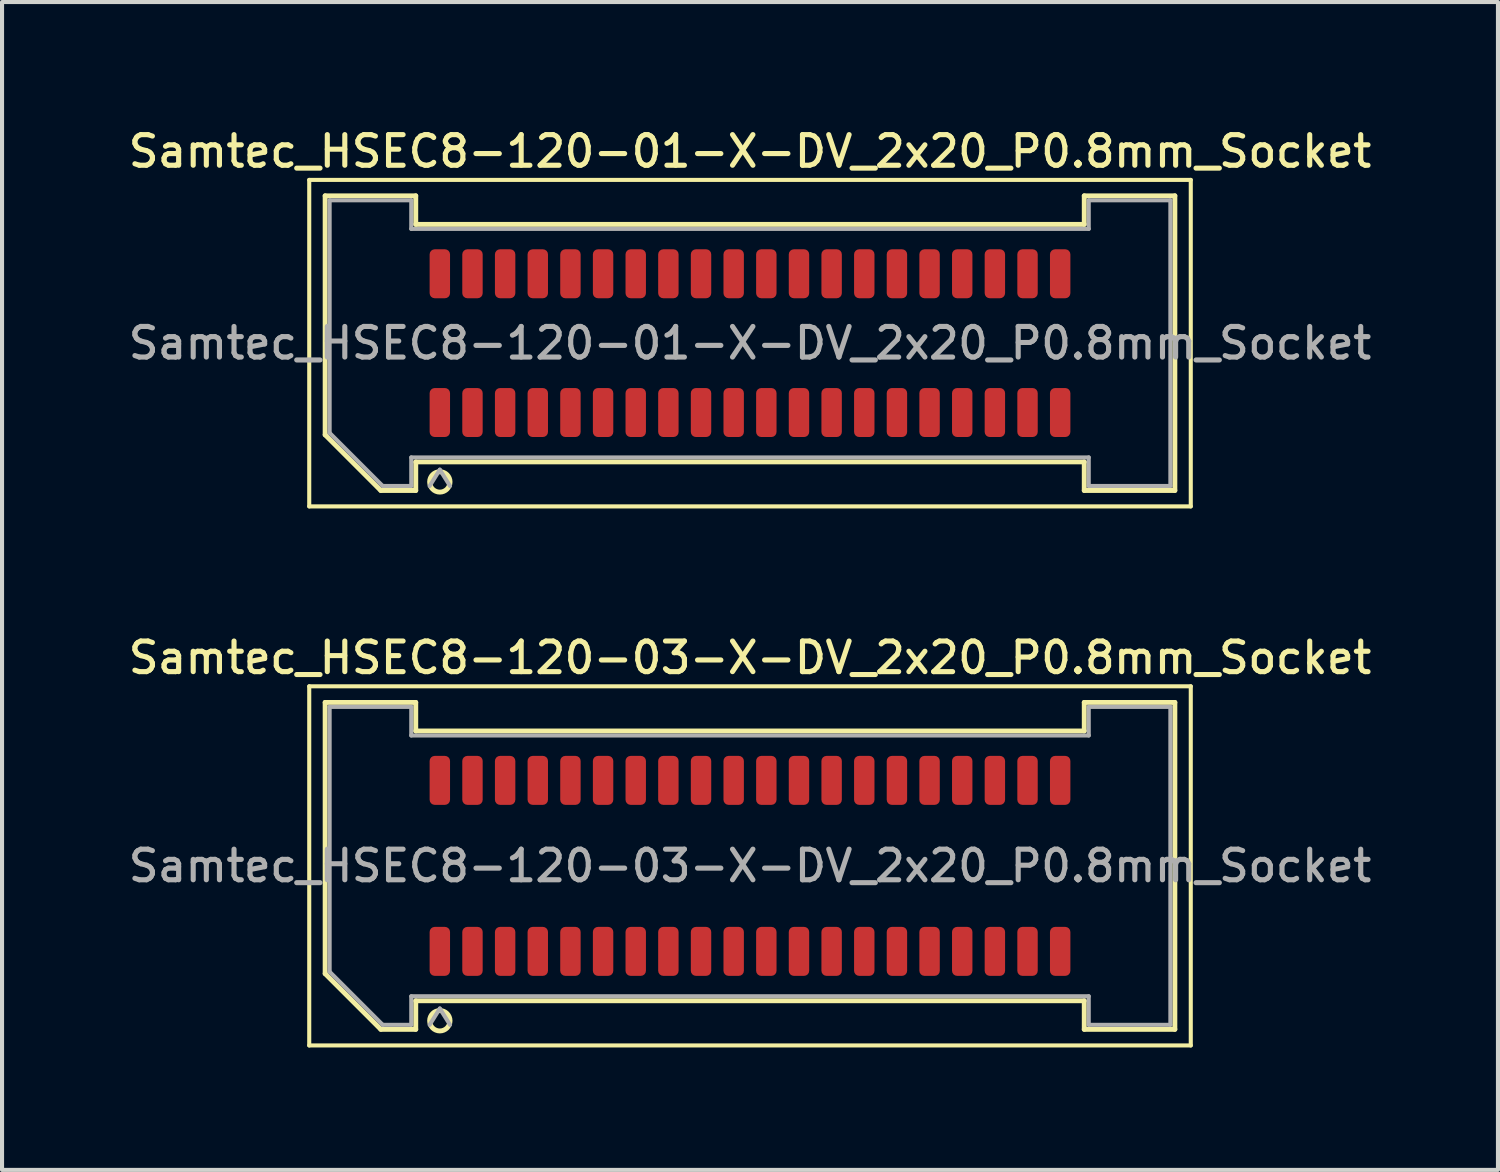
<source format=kicad_pcb>
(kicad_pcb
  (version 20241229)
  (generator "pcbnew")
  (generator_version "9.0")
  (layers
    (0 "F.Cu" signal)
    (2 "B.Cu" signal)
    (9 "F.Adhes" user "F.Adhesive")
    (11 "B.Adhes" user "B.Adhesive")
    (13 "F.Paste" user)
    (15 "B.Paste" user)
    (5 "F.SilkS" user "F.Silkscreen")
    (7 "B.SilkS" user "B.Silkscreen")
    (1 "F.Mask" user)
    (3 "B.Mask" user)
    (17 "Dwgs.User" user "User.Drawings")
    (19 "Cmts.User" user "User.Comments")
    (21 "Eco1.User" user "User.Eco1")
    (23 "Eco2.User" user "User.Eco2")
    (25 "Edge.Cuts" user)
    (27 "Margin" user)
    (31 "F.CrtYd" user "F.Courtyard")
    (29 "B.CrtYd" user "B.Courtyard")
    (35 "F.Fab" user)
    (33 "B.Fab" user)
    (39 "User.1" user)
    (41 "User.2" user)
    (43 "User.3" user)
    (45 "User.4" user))
  (footprint "Samtec_HSEC8-120-03-X-DV_2x20_P0.8mm_Socket"
    (layer "F.Cu")
    (at 15.327 18.166)
    (property "Reference" "Samtec_HSEC8-120-03-X-DV_2x20_P0.8mm_Socket" (at 0 -5.1 0) (layer "F.SilkS") (effects (font (size 0.75 0.75) (thickness 0.125))))
    (attr smd)
    (fp_line (start -10.8 -4.4) (end -10.8 4.4) (stroke (width 0.1) (type solid)) (layer "F.SilkS"))
    (fp_line (start -10.8 4.4) (end 10.8 4.4) (stroke (width 0.1) (type solid)) (layer "F.SilkS"))
    (fp_line (start -10.41 -4.005) (end -8.19 -4.005) (stroke (width 0.12) (type solid)) (layer "F.SilkS"))
    (fp_line (start -10.41 2.641) (end -10.41 -4.005) (stroke (width 0.12) (type solid)) (layer "F.SilkS"))
    (fp_line (start -9.046 4.005) (end -10.41 2.641) (stroke (width 0.12) (type solid)) (layer "F.SilkS"))
    (fp_line (start -8.19 -4.005) (end -8.19 -3.305) (stroke (width 0.12) (type solid)) (layer "F.SilkS"))
    (fp_line (start -8.19 -3.305) (end 8.19 -3.305) (stroke (width 0.12) (type solid)) (layer "F.SilkS"))
    (fp_line (start -8.19 3.305) (end -8.19 4.005) (stroke (width 0.12) (type solid)) (layer "F.SilkS"))
    (fp_line (start -8.19 4.005) (end -9.046 4.005) (stroke (width 0.12) (type solid)) (layer "F.SilkS"))
    (fp_line (start 8.19 -4.005) (end 10.41 -4.005) (stroke (width 0.12) (type solid)) (layer "F.SilkS"))
    (fp_line (start 8.19 -3.305) (end 8.19 -4.005) (stroke (width 0.12) (type solid)) (layer "F.SilkS"))
    (fp_line (start 8.19 3.305) (end -8.19 3.305) (stroke (width 0.12) (type solid)) (layer "F.SilkS"))
    (fp_line (start 8.19 4.005) (end 8.19 3.305) (stroke (width 0.12) (type solid)) (layer "F.SilkS"))
    (fp_line (start 10.41 -4.005) (end 10.41 4.005) (stroke (width 0.12) (type solid)) (layer "F.SilkS"))
    (fp_line (start 10.41 4.005) (end 8.19 4.005) (stroke (width 0.12) (type solid)) (layer "F.SilkS"))
    (fp_line (start 10.8 -4.4) (end -10.8 -4.4) (stroke (width 0.1) (type solid)) (layer "F.SilkS"))
    (fp_line (start 10.8 4.4) (end 10.8 -4.4) (stroke (width 0.1) (type solid)) (layer "F.SilkS"))
    (fp_arc (start -7.35 3.795) (mid -7.85 3.795) (end -7.35 3.795) (stroke (width 0.12) (type solid)) (layer "F.SilkS"))
    (fp_line (start -10.3 -3.895) (end -8.3 -3.895) (stroke (width 0.1) (type solid)) (layer "F.Fab"))
    (fp_line (start -10.3 2.595) (end -10.3 -3.895) (stroke (width 0.1) (type solid)) (layer "F.Fab"))
    (fp_line (start -9 3.895) (end -10.3 2.595) (stroke (width 0.1) (type solid)) (layer "F.Fab"))
    (fp_line (start -8.3 -3.895) (end -8.3 -3.195) (stroke (width 0.1) (type solid)) (layer "F.Fab"))
    (fp_line (start -8.3 -3.195) (end 8.3 -3.195) (stroke (width 0.1) (type solid)) (layer "F.Fab"))
    (fp_line (start -8.3 3.195) (end -8.3 3.895) (stroke (width 0.1) (type solid)) (layer "F.Fab"))
    (fp_line (start -8.3 3.895) (end -9 3.895) (stroke (width 0.1) (type solid)) (layer "F.Fab"))
    (fp_line (start -7.6 3.495) (end -7.85 3.895) (stroke (width 0.1) (type solid)) (layer "F.Fab"))
    (fp_line (start -7.6 3.495) (end -7.35 3.895) (stroke (width 0.1) (type solid)) (layer "F.Fab"))
    (fp_line (start 8.3 -3.895) (end 10.3 -3.895) (stroke (width 0.1) (type solid)) (layer "F.Fab"))
    (fp_line (start 8.3 -3.195) (end 8.3 -3.895) (stroke (width 0.1) (type solid)) (layer "F.Fab"))
    (fp_line (start 8.3 3.195) (end -8.3 3.195) (stroke (width 0.1) (type solid)) (layer "F.Fab"))
    (fp_line (start 8.3 3.895) (end 8.3 3.195) (stroke (width 0.1) (type solid)) (layer "F.Fab"))
    (fp_line (start 10.3 -3.895) (end 10.3 3.895) (stroke (width 0.1) (type solid)) (layer "F.Fab"))
    (fp_line (start 10.3 3.895) (end 8.3 3.895) (stroke (width 0.1) (type solid)) (layer "F.Fab"))
    (fp_text user "${REFERENCE}" (at 0 0 0) (layer "F.Fab") (effects (font (size 0.75 0.75) (thickness 0.125))))
    (pad "1" smd roundrect (at -7.6 2.095) (size 0.5 1.2) (layers "F.Cu" "F.Mask" "F.Paste") (roundrect_rratio 0.25))
    (pad "2" smd roundrect (at -7.6 -2.095) (size 0.5 1.2) (layers "F.Cu" "F.Mask" "F.Paste") (roundrect_rratio 0.25))
    (pad "3" smd roundrect (at -6.8 2.095) (size 0.5 1.2) (layers "F.Cu" "F.Mask" "F.Paste") (roundrect_rratio 0.25))
    (pad "4" smd roundrect (at -6.8 -2.095) (size 0.5 1.2) (layers "F.Cu" "F.Mask" "F.Paste") (roundrect_rratio 0.25))
    (pad "5" smd roundrect (at -6 2.095) (size 0.5 1.2) (layers "F.Cu" "F.Mask" "F.Paste") (roundrect_rratio 0.25))
    (pad "6" smd roundrect (at -6 -2.095) (size 0.5 1.2) (layers "F.Cu" "F.Mask" "F.Paste") (roundrect_rratio 0.25))
    (pad "7" smd roundrect (at -5.2 2.095) (size 0.5 1.2) (layers "F.Cu" "F.Mask" "F.Paste") (roundrect_rratio 0.25))
    (pad "8" smd roundrect (at -5.2 -2.095) (size 0.5 1.2) (layers "F.Cu" "F.Mask" "F.Paste") (roundrect_rratio 0.25))
    (pad "9" smd roundrect (at -4.4 2.095) (size 0.5 1.2) (layers "F.Cu" "F.Mask" "F.Paste") (roundrect_rratio 0.25))
    (pad "10" smd roundrect (at -4.4 -2.095) (size 0.5 1.2) (layers "F.Cu" "F.Mask" "F.Paste") (roundrect_rratio 0.25))
    (pad "11" smd roundrect (at -3.6 2.095) (size 0.5 1.2) (layers "F.Cu" "F.Mask" "F.Paste") (roundrect_rratio 0.25))
    (pad "12" smd roundrect (at -3.6 -2.095) (size 0.5 1.2) (layers "F.Cu" "F.Mask" "F.Paste") (roundrect_rratio 0.25))
    (pad "13" smd roundrect (at -2.8 2.095) (size 0.5 1.2) (layers "F.Cu" "F.Mask" "F.Paste") (roundrect_rratio 0.25))
    (pad "14" smd roundrect (at -2.8 -2.095) (size 0.5 1.2) (layers "F.Cu" "F.Mask" "F.Paste") (roundrect_rratio 0.25))
    (pad "15" smd roundrect (at -2 2.095) (size 0.5 1.2) (layers "F.Cu" "F.Mask" "F.Paste") (roundrect_rratio 0.25))
    (pad "16" smd roundrect (at -2 -2.095) (size 0.5 1.2) (layers "F.Cu" "F.Mask" "F.Paste") (roundrect_rratio 0.25))
    (pad "17" smd roundrect (at -1.2 2.095) (size 0.5 1.2) (layers "F.Cu" "F.Mask" "F.Paste") (roundrect_rratio 0.25))
    (pad "18" smd roundrect (at -1.2 -2.095) (size 0.5 1.2) (layers "F.Cu" "F.Mask" "F.Paste") (roundrect_rratio 0.25))
    (pad "19" smd roundrect (at -0.4 2.095) (size 0.5 1.2) (layers "F.Cu" "F.Mask" "F.Paste") (roundrect_rratio 0.25))
    (pad "20" smd roundrect (at -0.4 -2.095) (size 0.5 1.2) (layers "F.Cu" "F.Mask" "F.Paste") (roundrect_rratio 0.25))
    (pad "21" smd roundrect (at 0.4 2.095) (size 0.5 1.2) (layers "F.Cu" "F.Mask" "F.Paste") (roundrect_rratio 0.25))
    (pad "22" smd roundrect (at 0.4 -2.095) (size 0.5 1.2) (layers "F.Cu" "F.Mask" "F.Paste") (roundrect_rratio 0.25))
    (pad "23" smd roundrect (at 1.2 2.095) (size 0.5 1.2) (layers "F.Cu" "F.Mask" "F.Paste") (roundrect_rratio 0.25))
    (pad "24" smd roundrect (at 1.2 -2.095) (size 0.5 1.2) (layers "F.Cu" "F.Mask" "F.Paste") (roundrect_rratio 0.25))
    (pad "25" smd roundrect (at 2 2.095) (size 0.5 1.2) (layers "F.Cu" "F.Mask" "F.Paste") (roundrect_rratio 0.25))
    (pad "26" smd roundrect (at 2 -2.095) (size 0.5 1.2) (layers "F.Cu" "F.Mask" "F.Paste") (roundrect_rratio 0.25))
    (pad "27" smd roundrect (at 2.8 2.095) (size 0.5 1.2) (layers "F.Cu" "F.Mask" "F.Paste") (roundrect_rratio 0.25))
    (pad "28" smd roundrect (at 2.8 -2.095) (size 0.5 1.2) (layers "F.Cu" "F.Mask" "F.Paste") (roundrect_rratio 0.25))
    (pad "29" smd roundrect (at 3.6 2.095) (size 0.5 1.2) (layers "F.Cu" "F.Mask" "F.Paste") (roundrect_rratio 0.25))
    (pad "30" smd roundrect (at 3.6 -2.095) (size 0.5 1.2) (layers "F.Cu" "F.Mask" "F.Paste") (roundrect_rratio 0.25))
    (pad "31" smd roundrect (at 4.4 2.095) (size 0.5 1.2) (layers "F.Cu" "F.Mask" "F.Paste") (roundrect_rratio 0.25))
    (pad "32" smd roundrect (at 4.4 -2.095) (size 0.5 1.2) (layers "F.Cu" "F.Mask" "F.Paste") (roundrect_rratio 0.25))
    (pad "33" smd roundrect (at 5.2 2.095) (size 0.5 1.2) (layers "F.Cu" "F.Mask" "F.Paste") (roundrect_rratio 0.25))
    (pad "34" smd roundrect (at 5.2 -2.095) (size 0.5 1.2) (layers "F.Cu" "F.Mask" "F.Paste") (roundrect_rratio 0.25))
    (pad "35" smd roundrect (at 6 2.095) (size 0.5 1.2) (layers "F.Cu" "F.Mask" "F.Paste") (roundrect_rratio 0.25))
    (pad "36" smd roundrect (at 6 -2.095) (size 0.5 1.2) (layers "F.Cu" "F.Mask" "F.Paste") (roundrect_rratio 0.25))
    (pad "37" smd roundrect (at 6.8 2.095) (size 0.5 1.2) (layers "F.Cu" "F.Mask" "F.Paste") (roundrect_rratio 0.25))
    (pad "38" smd roundrect (at 6.8 -2.095) (size 0.5 1.2) (layers "F.Cu" "F.Mask" "F.Paste") (roundrect_rratio 0.25))
    (pad "39" smd roundrect (at 7.6 2.095) (size 0.5 1.2) (layers "F.Cu" "F.Mask" "F.Paste") (roundrect_rratio 0.25))
    (pad "40" smd roundrect (at 7.6 -2.095) (size 0.5 1.2) (layers "F.Cu" "F.Mask" "F.Paste") (roundrect_rratio 0.25)))
  (footprint "Samtec_HSEC8-120-01-X-DV_2x20_P0.8mm_Socket"
    (layer "F.Cu")
    (at 15.327 5.358)
    (property "Reference" "Samtec_HSEC8-120-01-X-DV_2x20_P0.8mm_Socket" (at 0 -4.7 0) (layer "F.SilkS") (effects (font (size 0.75 0.75) (thickness 0.125))))
    (attr smd)
    (fp_line (start -10.8 -4) (end -10.8 4) (stroke (width 0.1) (type solid)) (layer "F.SilkS"))
    (fp_line (start -10.8 4) (end 10.8 4) (stroke (width 0.1) (type solid)) (layer "F.SilkS"))
    (fp_line (start -10.41 -3.61) (end -8.19 -3.61) (stroke (width 0.12) (type solid)) (layer "F.SilkS"))
    (fp_line (start -10.41 2.246) (end -10.41 -3.61) (stroke (width 0.12) (type solid)) (layer "F.SilkS"))
    (fp_line (start -9.046 3.61) (end -10.41 2.246) (stroke (width 0.12) (type solid)) (layer "F.SilkS"))
    (fp_line (start -8.19 -3.61) (end -8.19 -2.91) (stroke (width 0.12) (type solid)) (layer "F.SilkS"))
    (fp_line (start -8.19 -2.91) (end 8.19 -2.91) (stroke (width 0.12) (type solid)) (layer "F.SilkS"))
    (fp_line (start -8.19 2.91) (end -8.19 3.61) (stroke (width 0.12) (type solid)) (layer "F.SilkS"))
    (fp_line (start -8.19 3.61) (end -9.046 3.61) (stroke (width 0.12) (type solid)) (layer "F.SilkS"))
    (fp_line (start 8.19 -3.61) (end 10.41 -3.61) (stroke (width 0.12) (type solid)) (layer "F.SilkS"))
    (fp_line (start 8.19 -2.91) (end 8.19 -3.61) (stroke (width 0.12) (type solid)) (layer "F.SilkS"))
    (fp_line (start 8.19 2.91) (end -8.19 2.91) (stroke (width 0.12) (type solid)) (layer "F.SilkS"))
    (fp_line (start 8.19 3.61) (end 8.19 2.91) (stroke (width 0.12) (type solid)) (layer "F.SilkS"))
    (fp_line (start 10.41 -3.61) (end 10.41 3.61) (stroke (width 0.12) (type solid)) (layer "F.SilkS"))
    (fp_line (start 10.41 3.61) (end 8.19 3.61) (stroke (width 0.12) (type solid)) (layer "F.SilkS"))
    (fp_line (start 10.8 -4) (end -10.8 -4) (stroke (width 0.1) (type solid)) (layer "F.SilkS"))
    (fp_line (start 10.8 4) (end 10.8 -4) (stroke (width 0.1) (type solid)) (layer "F.SilkS"))
    (fp_arc (start -7.35 3.4) (mid -7.85 3.4) (end -7.35 3.4) (stroke (width 0.12) (type solid)) (layer "F.SilkS"))
    (fp_line (start -10.3 -3.5) (end -8.3 -3.5) (stroke (width 0.1) (type solid)) (layer "F.Fab"))
    (fp_line (start -10.3 2.2) (end -10.3 -3.5) (stroke (width 0.1) (type solid)) (layer "F.Fab"))
    (fp_line (start -9 3.5) (end -10.3 2.2) (stroke (width 0.1) (type solid)) (layer "F.Fab"))
    (fp_line (start -8.3 -3.5) (end -8.3 -2.8) (stroke (width 0.1) (type solid)) (layer "F.Fab"))
    (fp_line (start -8.3 -2.8) (end 8.3 -2.8) (stroke (width 0.1) (type solid)) (layer "F.Fab"))
    (fp_line (start -8.3 2.8) (end -8.3 3.5) (stroke (width 0.1) (type solid)) (layer "F.Fab"))
    (fp_line (start -8.3 3.5) (end -9 3.5) (stroke (width 0.1) (type solid)) (layer "F.Fab"))
    (fp_line (start -7.6 3.1) (end -7.85 3.5) (stroke (width 0.1) (type solid)) (layer "F.Fab"))
    (fp_line (start -7.6 3.1) (end -7.35 3.5) (stroke (width 0.1) (type solid)) (layer "F.Fab"))
    (fp_line (start 8.3 -3.5) (end 10.3 -3.5) (stroke (width 0.1) (type solid)) (layer "F.Fab"))
    (fp_line (start 8.3 -2.8) (end 8.3 -3.5) (stroke (width 0.1) (type solid)) (layer "F.Fab"))
    (fp_line (start 8.3 2.8) (end -8.3 2.8) (stroke (width 0.1) (type solid)) (layer "F.Fab"))
    (fp_line (start 8.3 3.5) (end 8.3 2.8) (stroke (width 0.1) (type solid)) (layer "F.Fab"))
    (fp_line (start 10.3 -3.5) (end 10.3 3.5) (stroke (width 0.1) (type solid)) (layer "F.Fab"))
    (fp_line (start 10.3 3.5) (end 8.3 3.5) (stroke (width 0.1) (type solid)) (layer "F.Fab"))
    (fp_text user "${REFERENCE}" (at 0 0 0) (layer "F.Fab") (effects (font (size 0.75 0.75) (thickness 0.125))))
    (pad "1" smd roundrect (at -7.6 1.7) (size 0.5 1.2) (layers "F.Cu" "F.Mask" "F.Paste") (roundrect_rratio 0.25))
    (pad "2" smd roundrect (at -7.6 -1.7) (size 0.5 1.2) (layers "F.Cu" "F.Mask" "F.Paste") (roundrect_rratio 0.25))
    (pad "3" smd roundrect (at -6.8 1.7) (size 0.5 1.2) (layers "F.Cu" "F.Mask" "F.Paste") (roundrect_rratio 0.25))
    (pad "4" smd roundrect (at -6.8 -1.7) (size 0.5 1.2) (layers "F.Cu" "F.Mask" "F.Paste") (roundrect_rratio 0.25))
    (pad "5" smd roundrect (at -6 1.7) (size 0.5 1.2) (layers "F.Cu" "F.Mask" "F.Paste") (roundrect_rratio 0.25))
    (pad "6" smd roundrect (at -6 -1.7) (size 0.5 1.2) (layers "F.Cu" "F.Mask" "F.Paste") (roundrect_rratio 0.25))
    (pad "7" smd roundrect (at -5.2 1.7) (size 0.5 1.2) (layers "F.Cu" "F.Mask" "F.Paste") (roundrect_rratio 0.25))
    (pad "8" smd roundrect (at -5.2 -1.7) (size 0.5 1.2) (layers "F.Cu" "F.Mask" "F.Paste") (roundrect_rratio 0.25))
    (pad "9" smd roundrect (at -4.4 1.7) (size 0.5 1.2) (layers "F.Cu" "F.Mask" "F.Paste") (roundrect_rratio 0.25))
    (pad "10" smd roundrect (at -4.4 -1.7) (size 0.5 1.2) (layers "F.Cu" "F.Mask" "F.Paste") (roundrect_rratio 0.25))
    (pad "11" smd roundrect (at -3.6 1.7) (size 0.5 1.2) (layers "F.Cu" "F.Mask" "F.Paste") (roundrect_rratio 0.25))
    (pad "12" smd roundrect (at -3.6 -1.7) (size 0.5 1.2) (layers "F.Cu" "F.Mask" "F.Paste") (roundrect_rratio 0.25))
    (pad "13" smd roundrect (at -2.8 1.7) (size 0.5 1.2) (layers "F.Cu" "F.Mask" "F.Paste") (roundrect_rratio 0.25))
    (pad "14" smd roundrect (at -2.8 -1.7) (size 0.5 1.2) (layers "F.Cu" "F.Mask" "F.Paste") (roundrect_rratio 0.25))
    (pad "15" smd roundrect (at -2 1.7) (size 0.5 1.2) (layers "F.Cu" "F.Mask" "F.Paste") (roundrect_rratio 0.25))
    (pad "16" smd roundrect (at -2 -1.7) (size 0.5 1.2) (layers "F.Cu" "F.Mask" "F.Paste") (roundrect_rratio 0.25))
    (pad "17" smd roundrect (at -1.2 1.7) (size 0.5 1.2) (layers "F.Cu" "F.Mask" "F.Paste") (roundrect_rratio 0.25))
    (pad "18" smd roundrect (at -1.2 -1.7) (size 0.5 1.2) (layers "F.Cu" "F.Mask" "F.Paste") (roundrect_rratio 0.25))
    (pad "19" smd roundrect (at -0.4 1.7) (size 0.5 1.2) (layers "F.Cu" "F.Mask" "F.Paste") (roundrect_rratio 0.25))
    (pad "20" smd roundrect (at -0.4 -1.7) (size 0.5 1.2) (layers "F.Cu" "F.Mask" "F.Paste") (roundrect_rratio 0.25))
    (pad "21" smd roundrect (at 0.4 1.7) (size 0.5 1.2) (layers "F.Cu" "F.Mask" "F.Paste") (roundrect_rratio 0.25))
    (pad "22" smd roundrect (at 0.4 -1.7) (size 0.5 1.2) (layers "F.Cu" "F.Mask" "F.Paste") (roundrect_rratio 0.25))
    (pad "23" smd roundrect (at 1.2 1.7) (size 0.5 1.2) (layers "F.Cu" "F.Mask" "F.Paste") (roundrect_rratio 0.25))
    (pad "24" smd roundrect (at 1.2 -1.7) (size 0.5 1.2) (layers "F.Cu" "F.Mask" "F.Paste") (roundrect_rratio 0.25))
    (pad "25" smd roundrect (at 2 1.7) (size 0.5 1.2) (layers "F.Cu" "F.Mask" "F.Paste") (roundrect_rratio 0.25))
    (pad "26" smd roundrect (at 2 -1.7) (size 0.5 1.2) (layers "F.Cu" "F.Mask" "F.Paste") (roundrect_rratio 0.25))
    (pad "27" smd roundrect (at 2.8 1.7) (size 0.5 1.2) (layers "F.Cu" "F.Mask" "F.Paste") (roundrect_rratio 0.25))
    (pad "28" smd roundrect (at 2.8 -1.7) (size 0.5 1.2) (layers "F.Cu" "F.Mask" "F.Paste") (roundrect_rratio 0.25))
    (pad "29" smd roundrect (at 3.6 1.7) (size 0.5 1.2) (layers "F.Cu" "F.Mask" "F.Paste") (roundrect_rratio 0.25))
    (pad "30" smd roundrect (at 3.6 -1.7) (size 0.5 1.2) (layers "F.Cu" "F.Mask" "F.Paste") (roundrect_rratio 0.25))
    (pad "31" smd roundrect (at 4.4 1.7) (size 0.5 1.2) (layers "F.Cu" "F.Mask" "F.Paste") (roundrect_rratio 0.25))
    (pad "32" smd roundrect (at 4.4 -1.7) (size 0.5 1.2) (layers "F.Cu" "F.Mask" "F.Paste") (roundrect_rratio 0.25))
    (pad "33" smd roundrect (at 5.2 1.7) (size 0.5 1.2) (layers "F.Cu" "F.Mask" "F.Paste") (roundrect_rratio 0.25))
    (pad "34" smd roundrect (at 5.2 -1.7) (size 0.5 1.2) (layers "F.Cu" "F.Mask" "F.Paste") (roundrect_rratio 0.25))
    (pad "35" smd roundrect (at 6 1.7) (size 0.5 1.2) (layers "F.Cu" "F.Mask" "F.Paste") (roundrect_rratio 0.25))
    (pad "36" smd roundrect (at 6 -1.7) (size 0.5 1.2) (layers "F.Cu" "F.Mask" "F.Paste") (roundrect_rratio 0.25))
    (pad "37" smd roundrect (at 6.8 1.7) (size 0.5 1.2) (layers "F.Cu" "F.Mask" "F.Paste") (roundrect_rratio 0.25))
    (pad "38" smd roundrect (at 6.8 -1.7) (size 0.5 1.2) (layers "F.Cu" "F.Mask" "F.Paste") (roundrect_rratio 0.25))
    (pad "39" smd roundrect (at 7.6 1.7) (size 0.5 1.2) (layers "F.Cu" "F.Mask" "F.Paste") (roundrect_rratio 0.25))
    (pad "40" smd roundrect (at 7.6 -1.7) (size 0.5 1.2) (layers "F.Cu" "F.Mask" "F.Paste") (roundrect_rratio 0.25)))
  (gr_rect
    (start -3 -3)
    (end 33.654 25.616)
    (stroke (width 0.1) (type default))
    (fill no)
    (layer "Edge.Cuts")))
</source>
